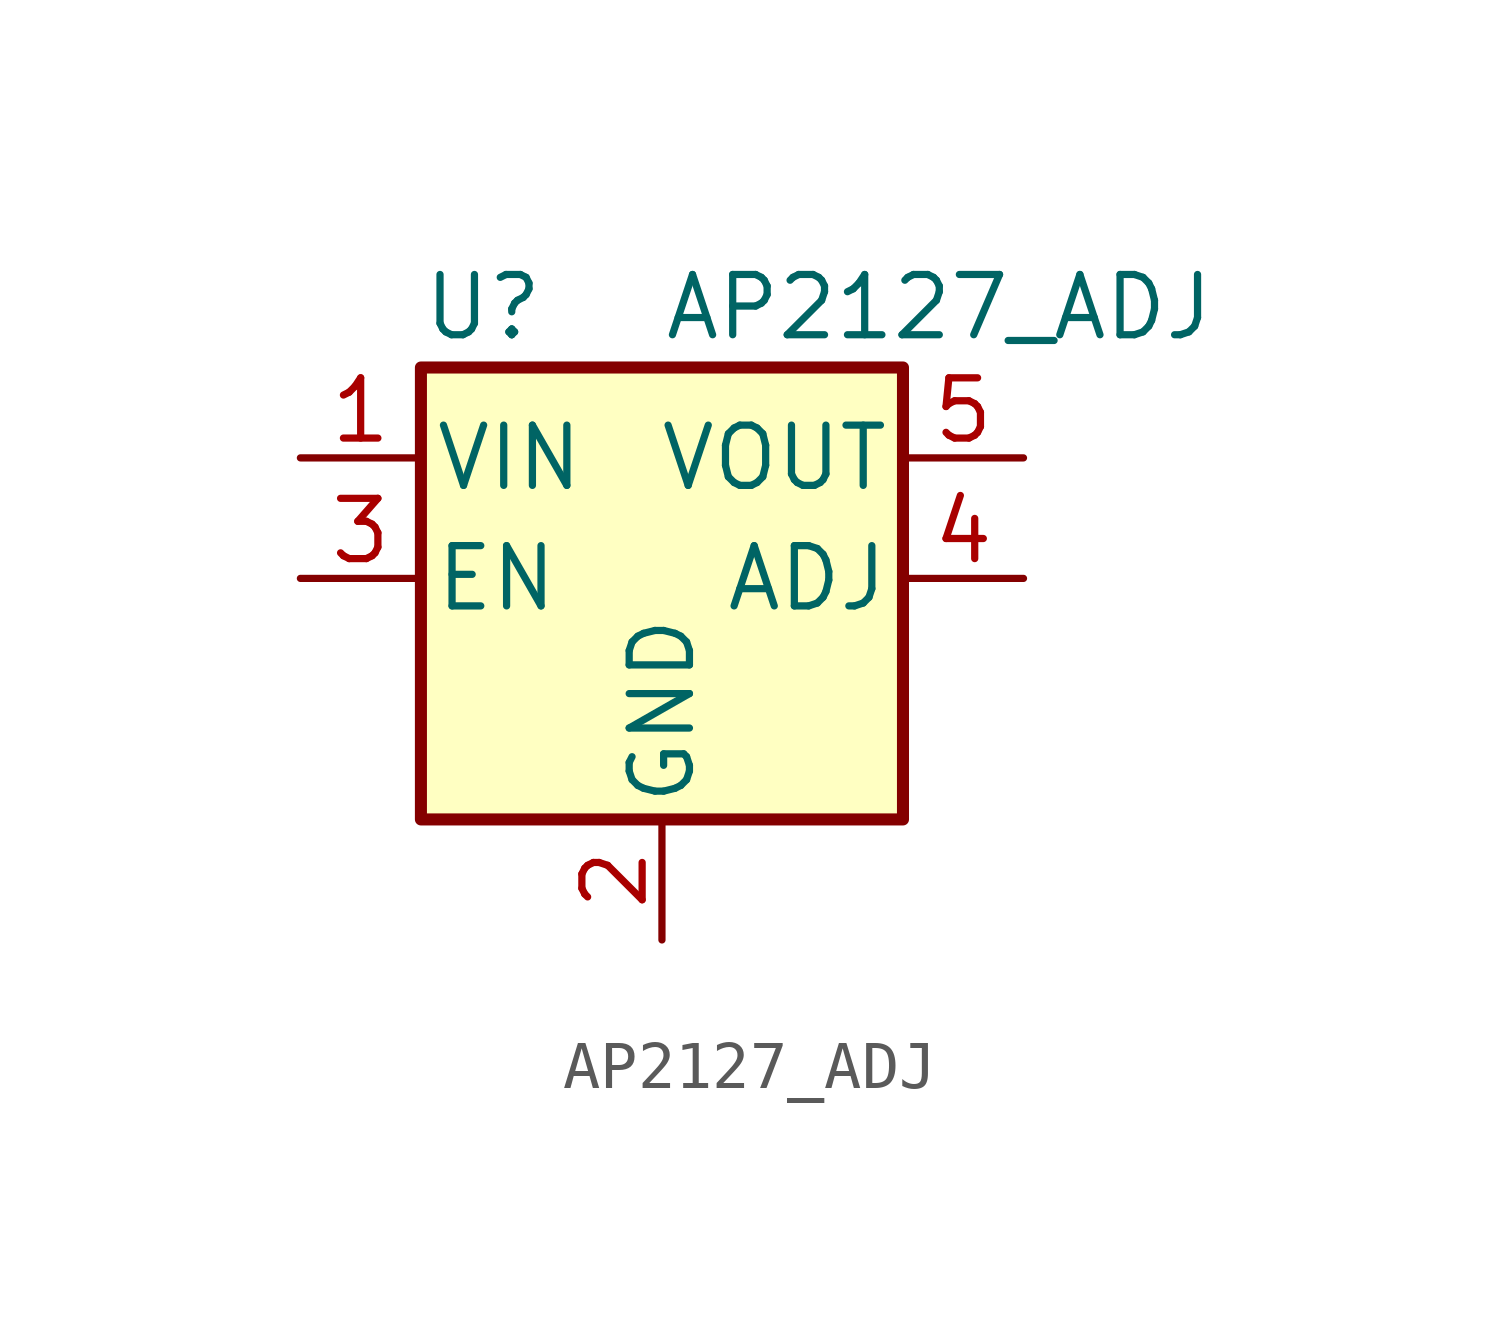
<source format=kicad_sym>
(kicad_symbol_lib
  (version 20211014)
  (generator kicad_symbol_editor)
  (symbol "AP2127_ADJ"
    (pin_names
      (offset 0.254))
    (property "Reference" "U"
      (at -5.08 5.715 0)
      (effects (font (size 1.27 1.27)) (justify left)))
    (property "Value" "AP2127_ADJ"
      (at 0 5.715 0)
      (effects (font (size 1.27 1.27)) (justify left)))
    (symbol "AP2127_ADJ_0_1"
      (rectangle (start -5.08 4.445) (end 5.08 -5.08) (stroke (width 0.254) (type default) (color 0 0 0 0)) (fill (type background))))
    (symbol "AP2127_ADJ_1_1"
      (pin passive line (at -7.62 2.54 0) (length 2.54) (name "VIN" (effects (font (size 1.27 1.27)))) (number "1" (effects (font (size 1.27 1.27)))))
      (pin passive line (at 0 -7.62 90) (length 2.54) (name "GND" (effects (font (size 1.27 1.27)))) (number "2" (effects (font (size 1.27 1.27)))))
      (pin passive line (at -7.62 0 0) (length 2.54) (name "EN" (effects (font (size 1.27 1.27)))) (number "3" (effects (font (size 1.27 1.27)))))
      (pin passive line (at 7.62 0 180) (length 2.54) (name "ADJ" (effects (font (size 1.27 1.27)))) (number "4" (effects (font (size 1.27 1.27)))))
      (pin passive line (at 7.62 2.54 180) (length 2.54) (name "VOUT" (effects (font (size 1.27 1.27)))) (number "5" (effects (font (size 1.27 1.27))))))))
</source>
